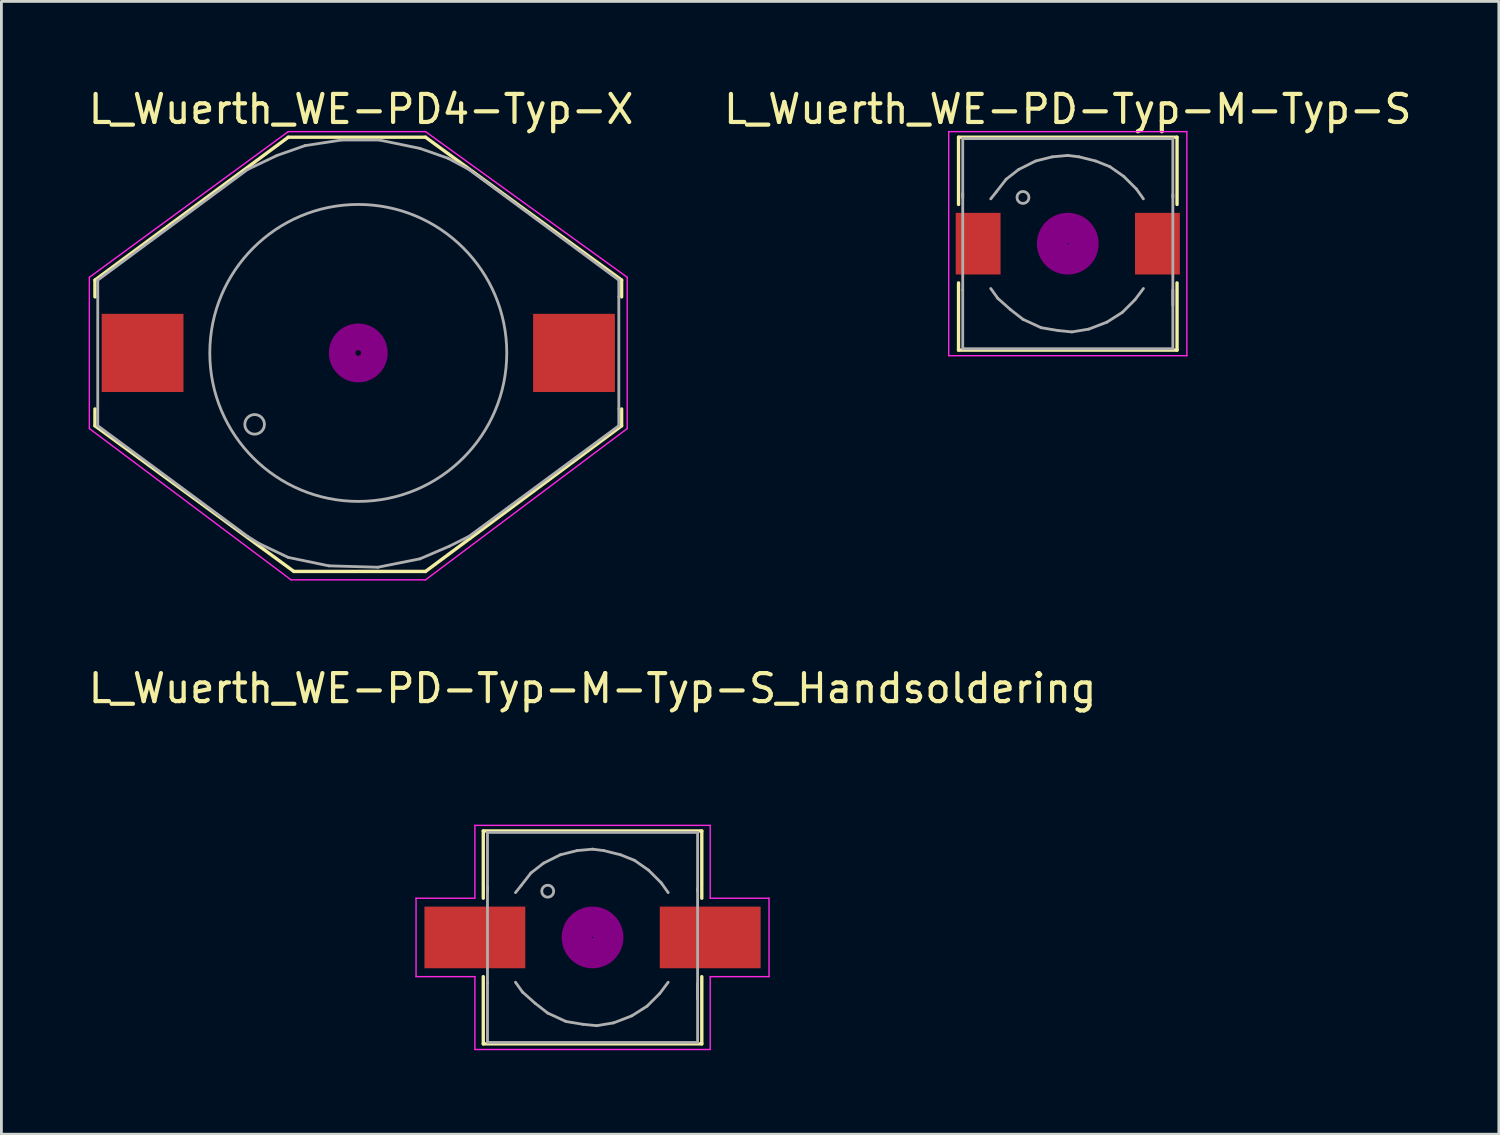
<source format=kicad_pcb>
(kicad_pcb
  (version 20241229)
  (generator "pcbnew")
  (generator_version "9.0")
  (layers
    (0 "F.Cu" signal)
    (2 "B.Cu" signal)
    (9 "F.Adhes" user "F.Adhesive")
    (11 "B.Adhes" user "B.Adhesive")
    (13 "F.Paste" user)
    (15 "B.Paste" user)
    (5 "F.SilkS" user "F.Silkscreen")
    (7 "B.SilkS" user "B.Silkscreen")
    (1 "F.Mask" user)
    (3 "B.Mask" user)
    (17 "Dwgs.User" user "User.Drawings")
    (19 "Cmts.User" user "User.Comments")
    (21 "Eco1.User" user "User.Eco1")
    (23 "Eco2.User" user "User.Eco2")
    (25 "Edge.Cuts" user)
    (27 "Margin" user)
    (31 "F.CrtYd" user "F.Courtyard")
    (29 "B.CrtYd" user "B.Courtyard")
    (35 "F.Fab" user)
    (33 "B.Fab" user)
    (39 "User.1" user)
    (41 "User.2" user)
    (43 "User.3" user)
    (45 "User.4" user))
  (footprint "L_Wuerth_WE-PD4-Typ-X"
    (layer "F.Cu")
    (at 9.739 9.548)
    (property "Reference" "L_Wuerth_WE-PD4-Typ-X" (at 0.1 -8.7 0) (layer "F.SilkS") (effects (font (size 1 1) (thickness 0.15))))
    (attr smd)
    (fp_line (start -9.4 -2.6) (end -2.5 -7.7) (stroke (width 0.12) (type solid)) (layer "F.SilkS"))
    (fp_line (start -9.4 -2) (end -9.4 -2.6) (stroke (width 0.12) (type solid)) (layer "F.SilkS"))
    (fp_line (start -9.4 2.6) (end -9.4 2) (stroke (width 0.12) (type solid)) (layer "F.SilkS"))
    (fp_line (start -9.4 2.6) (end -2.3 7.8) (stroke (width 0.12) (type solid)) (layer "F.SilkS"))
    (fp_line (start -2.5 -7.7) (end 2.4 -7.7) (stroke (width 0.12) (type solid)) (layer "F.SilkS"))
    (fp_line (start -2.3 7.8) (end 2.4 7.8) (stroke (width 0.12) (type solid)) (layer "F.SilkS"))
    (fp_line (start 2.4 -7.7) (end 9.4 -2.6) (stroke (width 0.12) (type solid)) (layer "F.SilkS"))
    (fp_line (start 2.4 7.8) (end 9.4 2.6) (stroke (width 0.12) (type solid)) (layer "F.SilkS"))
    (fp_line (start 9.4 -2) (end 9.4 -2.6) (stroke (width 0.12) (type solid)) (layer "F.SilkS"))
    (fp_line (start 9.4 2.6) (end 9.4 2) (stroke (width 0.12) (type solid)) (layer "F.SilkS"))
    (fp_circle (center 0 0) (end 0.1 0) (stroke (width 0.3) (type solid)) (fill no) (layer "F.Adhes"))
    (fp_circle (center 0 0) (end 0.3 0) (stroke (width 0.3) (type solid)) (fill no) (layer "F.Adhes"))
    (fp_circle (center 0 0) (end 0.5 0) (stroke (width 0.3) (type solid)) (fill no) (layer "F.Adhes"))
    (fp_circle (center 0 0) (end 0.7 0) (stroke (width 0.3) (type solid)) (fill no) (layer "F.Adhes"))
    (fp_circle (center 0 0) (end 0.9 0) (stroke (width 0.3) (type solid)) (fill no) (layer "F.Adhes"))
    (fp_line (start -9.6 -2.7) (end -2.5 -7.9) (stroke (width 0.05) (type solid)) (layer "F.CrtYd"))
    (fp_line (start -9.6 2.7) (end -9.6 -2.7) (stroke (width 0.05) (type solid)) (layer "F.CrtYd"))
    (fp_line (start -2.5 -7.9) (end 2.4 -7.9) (stroke (width 0.05) (type solid)) (layer "F.CrtYd"))
    (fp_line (start -2.4 8.1) (end -9.6 2.7) (stroke (width 0.05) (type solid)) (layer "F.CrtYd"))
    (fp_line (start 2.4 -7.9) (end 9.6 -2.7) (stroke (width 0.05) (type solid)) (layer "F.CrtYd"))
    (fp_line (start 2.4 8.1) (end -2.4 8.1) (stroke (width 0.05) (type solid)) (layer "F.CrtYd"))
    (fp_line (start 9.6 -2.7) (end 9.6 2.7) (stroke (width 0.05) (type solid)) (layer "F.CrtYd"))
    (fp_line (start 9.6 2.7) (end 2.4 8.1) (stroke (width 0.05) (type solid)) (layer "F.CrtYd"))
    (fp_line (start -9.3 -2.6) (end -9.3 -2) (stroke (width 0.1) (type solid)) (layer "F.Fab"))
    (fp_line (start -9.3 -2.6) (end -3.95 -6.55) (stroke (width 0.1) (type solid)) (layer "F.Fab"))
    (fp_line (start -9.3 2) (end -9.3 -2) (stroke (width 0.1) (type solid)) (layer "F.Fab"))
    (fp_line (start -9.3 2) (end -9.3 2.6) (stroke (width 0.1) (type solid)) (layer "F.Fab"))
    (fp_line (start -9.3 2.6) (end -3.95 6.55) (stroke (width 0.1) (type solid)) (layer "F.Fab"))
    (fp_line (start -3.95 -6.55) (end -2.9 -7.05) (stroke (width 0.1) (type solid)) (layer "F.Fab"))
    (fp_line (start -3.55 6.8) (end -3.95 6.55) (stroke (width 0.1) (type solid)) (layer "F.Fab"))
    (fp_line (start -2.9 -7.05) (end -1.9 -7.4) (stroke (width 0.1) (type solid)) (layer "F.Fab"))
    (fp_line (start -2.5 7.3) (end -3.55 6.8) (stroke (width 0.1) (type solid)) (layer "F.Fab"))
    (fp_line (start -1.9 -7.4) (end -0.6 -7.6) (stroke (width 0.1) (type solid)) (layer "F.Fab"))
    (fp_line (start -1.05 7.6) (end -2.5 7.3) (stroke (width 0.1) (type solid)) (layer "F.Fab"))
    (fp_line (start -0.6 -7.6) (end 0.75 -7.6) (stroke (width 0.1) (type solid)) (layer "F.Fab"))
    (fp_line (start 0.7 7.65) (end -1.05 7.6) (stroke (width 0.1) (type solid)) (layer "F.Fab"))
    (fp_line (start 0.75 -7.6) (end 2.2 -7.3) (stroke (width 0.1) (type solid)) (layer "F.Fab"))
    (fp_line (start 2.2 -7.3) (end 3.2 -6.95) (stroke (width 0.1) (type solid)) (layer "F.Fab"))
    (fp_line (start 2.2 7.35) (end 0.7 7.65) (stroke (width 0.1) (type solid)) (layer "F.Fab"))
    (fp_line (start 3.2 -6.95) (end 3.95 -6.55) (stroke (width 0.1) (type solid)) (layer "F.Fab"))
    (fp_line (start 3.25 6.9) (end 2.2 7.35) (stroke (width 0.1) (type solid)) (layer "F.Fab"))
    (fp_line (start 3.95 -6.55) (end 9.3 -2.6) (stroke (width 0.1) (type solid)) (layer "F.Fab"))
    (fp_line (start 3.95 6.55) (end 3.25 6.9) (stroke (width 0.1) (type solid)) (layer "F.Fab"))
    (fp_line (start 9.3 -2) (end 9.3 -2.6) (stroke (width 0.1) (type solid)) (layer "F.Fab"))
    (fp_line (start 9.3 -2) (end 9.3 2) (stroke (width 0.1) (type solid)) (layer "F.Fab"))
    (fp_line (start 9.3 2) (end 9.3 2.6) (stroke (width 0.1) (type solid)) (layer "F.Fab"))
    (fp_line (start 9.3 2.6) (end 3.95 6.55) (stroke (width 0.1) (type solid)) (layer "F.Fab"))
    (fp_circle (center -3.7 2.55) (end -3.7 2.2) (stroke (width 0.1) (type solid)) (fill no) (layer "F.Fab"))
    (fp_circle (center 0 0) (end 0 -5.3) (stroke (width 0.1) (type solid)) (fill no) (layer "F.Fab"))
    (pad "1" smd rect (at -7.7 0 90) (size 2.79 2.92) (layers "F.Cu" "F.Mask" "F.Paste"))
    (pad "2" smd rect (at 7.7 0 90) (size 2.79 2.92) (layers "F.Cu" "F.Mask" "F.Paste")))
  (footprint "L_Wuerth_WE-PD-Typ-M-Typ-S"
    (layer "F.Cu")
    (at 35.065 5.648)
    (property "Reference" "L_Wuerth_WE-PD-Typ-M-Typ-S" (at 0 -4.8 0) (layer "F.SilkS") (effects (font (size 1 1) (thickness 0.15))))
    (attr smd)
    (fp_line (start -3.9 -1.4) (end -3.9 -3.8) (stroke (width 0.12) (type solid)) (layer "F.SilkS"))
    (fp_line (start -3.9 1.4) (end -3.9 3.8) (stroke (width 0.12) (type solid)) (layer "F.SilkS"))
    (fp_line (start -3.9 3.8) (end 3.9 3.8) (stroke (width 0.12) (type solid)) (layer "F.SilkS"))
    (fp_line (start 3.9 -3.8) (end -3.9 -3.8) (stroke (width 0.12) (type solid)) (layer "F.SilkS"))
    (fp_line (start 3.9 -1.4) (end 3.9 -3.8) (stroke (width 0.12) (type solid)) (layer "F.SilkS"))
    (fp_line (start 3.9 3.8) (end 3.9 1.4) (stroke (width 0.12) (type solid)) (layer "F.SilkS"))
    (fp_circle (center 0 0) (end 0.15 0.15) (stroke (width 0.38) (type solid)) (fill no) (layer "F.Adhes"))
    (fp_circle (center 0 0) (end 0.55 0.05) (stroke (width 0.38) (type solid)) (fill no) (layer "F.Adhes"))
    (fp_circle (center 0 0) (end 0.9 0.15) (stroke (width 0.38) (type solid)) (fill no) (layer "F.Adhes"))
    (fp_line (start -4.25 -4) (end 4.25 -4) (stroke (width 0.05) (type solid)) (layer "F.CrtYd"))
    (fp_line (start -4.25 4) (end -4.25 -4) (stroke (width 0.05) (type solid)) (layer "F.CrtYd"))
    (fp_line (start 4.25 -4) (end 4.25 4) (stroke (width 0.05) (type solid)) (layer "F.CrtYd"))
    (fp_line (start 4.25 4) (end -4.25 4) (stroke (width 0.05) (type solid)) (layer "F.CrtYd"))
    (fp_line (start -3.75 -3.75) (end -3.75 -1.65) (stroke (width 0.1) (type solid)) (layer "F.Fab"))
    (fp_line (start -3.75 1.65) (end -3.75 -1.8) (stroke (width 0.1) (type solid)) (layer "F.Fab"))
    (fp_line (start -3.75 1.65) (end -3.75 3.75) (stroke (width 0.1) (type solid)) (layer "F.Fab"))
    (fp_line (start -3.75 3.75) (end 3.75 3.75) (stroke (width 0.1) (type solid)) (layer "F.Fab"))
    (fp_line (start -2.75 1.6) (end -2.5 1.95) (stroke (width 0.1) (type solid)) (layer "F.Fab"))
    (fp_line (start -2.55 -1.85) (end -2.75 -1.6) (stroke (width 0.1) (type solid)) (layer "F.Fab"))
    (fp_line (start -2.5 1.95) (end -2.05 2.35) (stroke (width 0.1) (type solid)) (layer "F.Fab"))
    (fp_line (start -2.2 -2.3) (end -2.55 -1.85) (stroke (width 0.1) (type solid)) (layer "F.Fab"))
    (fp_line (start -2.05 2.35) (end -1.6 2.7) (stroke (width 0.1) (type solid)) (layer "F.Fab"))
    (fp_line (start -1.75 -2.65) (end -2.2 -2.3) (stroke (width 0.1) (type solid)) (layer "F.Fab"))
    (fp_line (start -1.6 2.7) (end -0.95 3) (stroke (width 0.1) (type solid)) (layer "F.Fab"))
    (fp_line (start -1.15 -2.95) (end -1.75 -2.65) (stroke (width 0.1) (type solid)) (layer "F.Fab"))
    (fp_line (start -0.95 3) (end -0.35 3.1) (stroke (width 0.1) (type solid)) (layer "F.Fab"))
    (fp_line (start -0.55 -3.1) (end -1.15 -2.95) (stroke (width 0.1) (type solid)) (layer "F.Fab"))
    (fp_line (start -0.35 3.1) (end 0.15 3.15) (stroke (width 0.1) (type solid)) (layer "F.Fab"))
    (fp_line (start 0 -3.15) (end -0.55 -3.1) (stroke (width 0.1) (type solid)) (layer "F.Fab"))
    (fp_line (start 0.15 3.15) (end 0.75 3.05) (stroke (width 0.1) (type solid)) (layer "F.Fab"))
    (fp_line (start 0.4 -3.1) (end 0 -3.15) (stroke (width 0.1) (type solid)) (layer "F.Fab"))
    (fp_line (start 0.75 3.05) (end 1.4 2.8) (stroke (width 0.1) (type solid)) (layer "F.Fab"))
    (fp_line (start 1 -2.95) (end 0.4 -3.1) (stroke (width 0.1) (type solid)) (layer "F.Fab"))
    (fp_line (start 1.4 2.8) (end 1.95 2.45) (stroke (width 0.1) (type solid)) (layer "F.Fab"))
    (fp_line (start 1.5 -2.75) (end 1 -2.95) (stroke (width 0.1) (type solid)) (layer "F.Fab"))
    (fp_line (start 1.95 2.45) (end 2.4 2) (stroke (width 0.1) (type solid)) (layer "F.Fab"))
    (fp_line (start 2 -2.4) (end 1.5 -2.75) (stroke (width 0.1) (type solid)) (layer "F.Fab"))
    (fp_line (start 2.4 2) (end 2.7 1.6) (stroke (width 0.1) (type solid)) (layer "F.Fab"))
    (fp_line (start 2.45 -1.95) (end 2 -2.4) (stroke (width 0.1) (type solid)) (layer "F.Fab"))
    (fp_line (start 2.7 -1.6) (end 2.45 -1.95) (stroke (width 0.1) (type solid)) (layer "F.Fab"))
    (fp_line (start 3.75 -3.75) (end -3.75 -3.75) (stroke (width 0.1) (type solid)) (layer "F.Fab"))
    (fp_line (start 3.75 -3.75) (end 3.75 -1.65) (stroke (width 0.1) (type solid)) (layer "F.Fab"))
    (fp_line (start 3.75 -1.75) (end 3.75 2.2) (stroke (width 0.1) (type solid)) (layer "F.Fab"))
    (fp_line (start 3.75 3.75) (end 3.75 1.65) (stroke (width 0.1) (type solid)) (layer "F.Fab"))
    (fp_circle (center -1.6 -1.65) (end -1.45 -1.5) (stroke (width 0.1) (type solid)) (fill no) (layer "F.Fab"))
    (pad "1" smd rect (at -3.2 0) (size 1.6 2.2) (layers "F.Cu" "F.Mask" "F.Paste"))
    (pad "2" smd rect (at 3.2 0) (size 1.6 2.2) (layers "F.Cu" "F.Mask" "F.Paste")))
  (footprint "L_Wuerth_WE-PD-Typ-M-Typ-S_Handsoldering"
    (layer "F.Cu")
    (at 18.101 30.412)
    (property "Reference" "L_Wuerth_WE-PD-Typ-M-Typ-S_Handsoldering" (at 0 -8.89 0) (layer "F.SilkS") (effects (font (size 1 1) (thickness 0.15))))
    (attr smd)
    (fp_line (start -3.9 -1.4) (end -3.9 -3.8) (stroke (width 0.12) (type solid)) (layer "F.SilkS"))
    (fp_line (start -3.9 1.4) (end -3.9 3.8) (stroke (width 0.12) (type solid)) (layer "F.SilkS"))
    (fp_line (start -3.9 3.8) (end 3.9 3.8) (stroke (width 0.12) (type solid)) (layer "F.SilkS"))
    (fp_line (start 3.9 -3.8) (end -3.9 -3.8) (stroke (width 0.12) (type solid)) (layer "F.SilkS"))
    (fp_line (start 3.9 -1.4) (end 3.9 -3.8) (stroke (width 0.12) (type solid)) (layer "F.SilkS"))
    (fp_line (start 3.9 3.8) (end 3.9 1.4) (stroke (width 0.12) (type solid)) (layer "F.SilkS"))
    (fp_circle (center 0 0) (end 0.15 0.15) (stroke (width 0.38) (type solid)) (fill no) (layer "F.Adhes"))
    (fp_circle (center 0 0) (end 0.55 0.05) (stroke (width 0.38) (type solid)) (fill no) (layer "F.Adhes"))
    (fp_circle (center 0 0) (end 0.9 0.15) (stroke (width 0.38) (type solid)) (fill no) (layer "F.Adhes"))
    (fp_line (start -6.3 -1.4) (end -6.3 1.4) (stroke (width 0.05) (type solid)) (layer "F.CrtYd"))
    (fp_line (start -6.3 1.4) (end -4.2 1.4) (stroke (width 0.05) (type solid)) (layer "F.CrtYd"))
    (fp_line (start -4.2 -4) (end -4.2 -1.4) (stroke (width 0.05) (type solid)) (layer "F.CrtYd"))
    (fp_line (start -4.2 -1.4) (end -6.3 -1.4) (stroke (width 0.05) (type solid)) (layer "F.CrtYd"))
    (fp_line (start -4.2 1.4) (end -4.2 4) (stroke (width 0.05) (type solid)) (layer "F.CrtYd"))
    (fp_line (start -4.2 4) (end 4.2 4) (stroke (width 0.05) (type solid)) (layer "F.CrtYd"))
    (fp_line (start 4.2 -4) (end -4.2 -4) (stroke (width 0.05) (type solid)) (layer "F.CrtYd"))
    (fp_line (start 4.2 -1.4) (end 4.2 -4) (stroke (width 0.05) (type solid)) (layer "F.CrtYd"))
    (fp_line (start 4.2 1.4) (end 6.3 1.4) (stroke (width 0.05) (type solid)) (layer "F.CrtYd"))
    (fp_line (start 4.2 4) (end 4.2 1.4) (stroke (width 0.05) (type solid)) (layer "F.CrtYd"))
    (fp_line (start 6.3 -1.4) (end 4.2 -1.4) (stroke (width 0.05) (type solid)) (layer "F.CrtYd"))
    (fp_line (start 6.3 1.4) (end 6.3 -1.4) (stroke (width 0.05) (type solid)) (layer "F.CrtYd"))
    (fp_line (start -3.75 -3.75) (end -3.75 -1.65) (stroke (width 0.1) (type solid)) (layer "F.Fab"))
    (fp_line (start -3.75 1.65) (end -3.75 -1.8) (stroke (width 0.1) (type solid)) (layer "F.Fab"))
    (fp_line (start -3.75 1.65) (end -3.75 3.75) (stroke (width 0.1) (type solid)) (layer "F.Fab"))
    (fp_line (start -3.75 3.75) (end 3.75 3.75) (stroke (width 0.1) (type solid)) (layer "F.Fab"))
    (fp_line (start -2.75 1.6) (end -2.5 1.95) (stroke (width 0.1) (type solid)) (layer "F.Fab"))
    (fp_line (start -2.55 -1.85) (end -2.75 -1.6) (stroke (width 0.1) (type solid)) (layer "F.Fab"))
    (fp_line (start -2.5 1.95) (end -2.05 2.35) (stroke (width 0.1) (type solid)) (layer "F.Fab"))
    (fp_line (start -2.2 -2.3) (end -2.55 -1.85) (stroke (width 0.1) (type solid)) (layer "F.Fab"))
    (fp_line (start -2.05 2.35) (end -1.6 2.7) (stroke (width 0.1) (type solid)) (layer "F.Fab"))
    (fp_line (start -1.75 -2.65) (end -2.2 -2.3) (stroke (width 0.1) (type solid)) (layer "F.Fab"))
    (fp_line (start -1.6 2.7) (end -0.95 3) (stroke (width 0.1) (type solid)) (layer "F.Fab"))
    (fp_line (start -1.15 -2.95) (end -1.75 -2.65) (stroke (width 0.1) (type solid)) (layer "F.Fab"))
    (fp_line (start -0.95 3) (end -0.35 3.1) (stroke (width 0.1) (type solid)) (layer "F.Fab"))
    (fp_line (start -0.55 -3.1) (end -1.15 -2.95) (stroke (width 0.1) (type solid)) (layer "F.Fab"))
    (fp_line (start -0.35 3.1) (end 0.15 3.15) (stroke (width 0.1) (type solid)) (layer "F.Fab"))
    (fp_line (start 0 -3.15) (end -0.55 -3.1) (stroke (width 0.1) (type solid)) (layer "F.Fab"))
    (fp_line (start 0.15 3.15) (end 0.75 3.05) (stroke (width 0.1) (type solid)) (layer "F.Fab"))
    (fp_line (start 0.4 -3.1) (end 0 -3.15) (stroke (width 0.1) (type solid)) (layer "F.Fab"))
    (fp_line (start 0.75 3.05) (end 1.4 2.8) (stroke (width 0.1) (type solid)) (layer "F.Fab"))
    (fp_line (start 1 -2.95) (end 0.4 -3.1) (stroke (width 0.1) (type solid)) (layer "F.Fab"))
    (fp_line (start 1.4 2.8) (end 1.95 2.45) (stroke (width 0.1) (type solid)) (layer "F.Fab"))
    (fp_line (start 1.5 -2.75) (end 1 -2.95) (stroke (width 0.1) (type solid)) (layer "F.Fab"))
    (fp_line (start 1.95 2.45) (end 2.4 2) (stroke (width 0.1) (type solid)) (layer "F.Fab"))
    (fp_line (start 2 -2.4) (end 1.5 -2.75) (stroke (width 0.1) (type solid)) (layer "F.Fab"))
    (fp_line (start 2.4 2) (end 2.7 1.6) (stroke (width 0.1) (type solid)) (layer "F.Fab"))
    (fp_line (start 2.45 -1.95) (end 2 -2.4) (stroke (width 0.1) (type solid)) (layer "F.Fab"))
    (fp_line (start 2.7 -1.6) (end 2.45 -1.95) (stroke (width 0.1) (type solid)) (layer "F.Fab"))
    (fp_line (start 3.75 -3.75) (end -3.75 -3.75) (stroke (width 0.1) (type solid)) (layer "F.Fab"))
    (fp_line (start 3.75 -3.75) (end 3.75 -1.65) (stroke (width 0.1) (type solid)) (layer "F.Fab"))
    (fp_line (start 3.75 -1.75) (end 3.75 2.2) (stroke (width 0.1) (type solid)) (layer "F.Fab"))
    (fp_line (start 3.75 3.75) (end 3.75 1.65) (stroke (width 0.1) (type solid)) (layer "F.Fab"))
    (fp_circle (center -1.6 -1.65) (end -1.45 -1.5) (stroke (width 0.1) (type solid)) (fill no) (layer "F.Fab"))
    (pad "1" smd rect (at -4.2 0) (size 3.6 2.2) (layers "F.Cu" "F.Mask" "F.Paste"))
    (pad "2" smd rect (at 4.2 0) (size 3.6 2.2) (layers "F.Cu" "F.Mask" "F.Paste")))
  (gr_rect
    (start -3 -3)
    (end 50.452 37.437)
    (stroke (width 0.1) (type default))
    (fill no)
    (layer "Edge.Cuts")))
</source>
